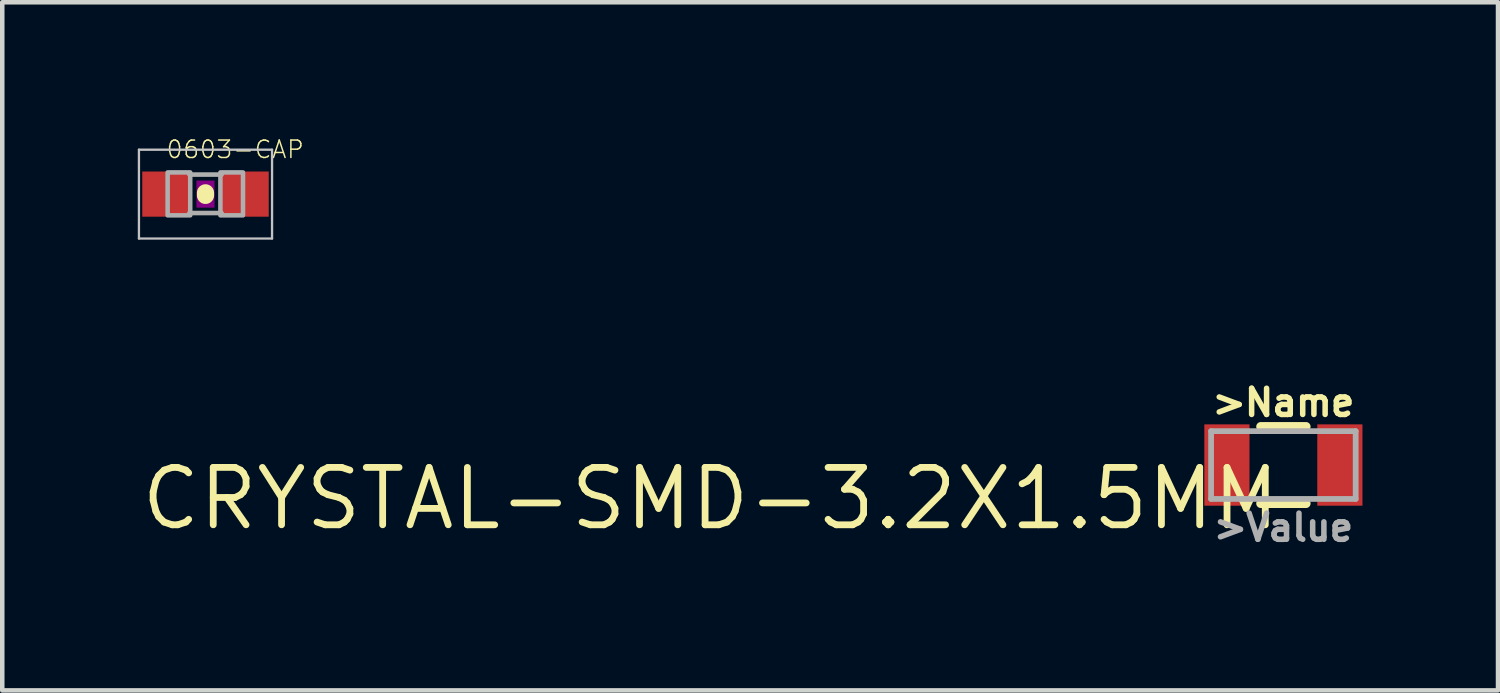
<source format=kicad_pcb>
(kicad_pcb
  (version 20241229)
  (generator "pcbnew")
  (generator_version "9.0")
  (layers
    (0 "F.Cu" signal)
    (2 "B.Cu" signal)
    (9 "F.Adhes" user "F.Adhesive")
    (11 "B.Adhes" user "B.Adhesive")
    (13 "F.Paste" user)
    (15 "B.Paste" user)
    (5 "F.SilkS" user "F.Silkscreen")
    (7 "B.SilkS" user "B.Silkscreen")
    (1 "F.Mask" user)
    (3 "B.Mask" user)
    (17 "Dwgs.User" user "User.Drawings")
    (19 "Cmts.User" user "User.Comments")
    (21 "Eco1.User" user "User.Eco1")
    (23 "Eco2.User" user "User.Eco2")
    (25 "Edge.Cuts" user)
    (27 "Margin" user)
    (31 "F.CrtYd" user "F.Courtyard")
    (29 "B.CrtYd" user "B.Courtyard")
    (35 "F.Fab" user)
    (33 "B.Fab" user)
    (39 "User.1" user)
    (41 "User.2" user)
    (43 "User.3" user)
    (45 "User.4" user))
  (footprint "0603-CAP"
    (layer "F.Cu")
    (at 1.498 1.246)
    (property "Reference" "0603-CAP" (at -0.889 -0.762 0) (layer "F.SilkS") (effects (font (size 0.386 0.386) (thickness 0.033)) (justify left bottom)))
    (attr through_hole)
    (fp_line (start 0 -0.028) (end 0 0.028) (stroke (width 0.381) (type solid)) (layer "F.SilkS"))
    (fp_poly (pts (xy -0.2 0.3) (xy 0.2 0.3) (xy 0.2 -0.3) (xy -0.2 -0.3)) (stroke (width 0) (type solid)) (fill yes) (layer "F.Adhes"))
    (fp_line (start -1.473 -0.983) (end 1.473 -0.983) (stroke (width 0.051) (type solid)) (layer "Dwgs.User"))
    (fp_line (start -1.473 0.983) (end -1.473 -0.983) (stroke (width 0.051) (type solid)) (layer "Dwgs.User"))
    (fp_line (start 1.473 -0.983) (end 1.473 0.983) (stroke (width 0.051) (type solid)) (layer "Dwgs.User"))
    (fp_line (start 1.473 0.983) (end -1.473 0.983) (stroke (width 0.051) (type solid)) (layer "Dwgs.User"))
    (fp_line (start -0.356 -0.432) (end 0.356 -0.432) (stroke (width 0.102) (type solid)) (layer "F.Fab"))
    (fp_line (start -0.356 0.419) (end 0.356 0.419) (stroke (width 0.102) (type solid)) (layer "F.Fab"))
    (fp_poly (pts (xy -0.838 0.47) (xy -0.338 0.47) (xy -0.338 -0.48) (xy -0.838 -0.48)) (stroke (width 0.1) (type solid)) (fill no) (layer "F.Fab"))
    (fp_poly (pts (xy 0.33 0.47) (xy 0.83 0.47) (xy 0.83 -0.48) (xy 0.33 -0.48)) (stroke (width 0.1) (type solid)) (fill no) (layer "F.Fab"))
    (pad "1" smd rect (at -0.85 0) (size 1.1 1) (layers "F.Cu" "F.Mask" "F.Paste"))
    (pad "2" smd rect (at 0.85 0) (size 1.1 1) (layers "F.Cu" "F.Mask" "F.Paste")))
  (footprint "CRYSTAL-SMD-3.2X1.5MM"
    (layer "F.Cu")
    (at 25.354 7.242)
    (property "Reference" "CRYSTAL-SMD-3.2X1.5MM" (at 0 0 0) (layer "F.SilkS") (effects (font (size 1.27 1.27) (thickness 0.15)) (justify right top)))
    (attr through_hole)
    (fp_line (start -0.5 -0.85) (end 0.5 -0.85) (stroke (width 0.203) (type solid)) (layer "F.SilkS"))
    (fp_line (start 0.5 0.85) (end -0.5 0.85) (stroke (width 0.203) (type solid)) (layer "F.SilkS"))
    (fp_line (start -1.6 -0.75) (end 1.6 -0.75) (stroke (width 0.127) (type solid)) (layer "F.Fab"))
    (fp_line (start -1.6 0.75) (end -1.6 -0.75) (stroke (width 0.127) (type solid)) (layer "F.Fab"))
    (fp_line (start 1.6 -0.75) (end 1.6 0.75) (stroke (width 0.127) (type solid)) (layer "F.Fab"))
    (fp_line (start 1.6 0.75) (end -1.6 0.75) (stroke (width 0.127) (type solid)) (layer "F.Fab"))
    (fp_text user ">Name" (at 0 -1.043 0) (layer "F.SilkS") (effects (font (size 0.579 0.579) (thickness 0.122)) (justify bottom)))
    (fp_text user ">Value" (at 0 1.043 0) (layer "F.Fab") (effects (font (size 0.579 0.579) (thickness 0.122)) (justify top)))
    (pad "P$1" smd rect (at -1.25 0) (size 1 1.8) (layers "F.Cu" "F.Mask" "F.Paste"))
    (pad "P$2" smd rect (at 1.25 0) (size 1 1.8) (layers "F.Cu" "F.Mask" "F.Paste")))
  (gr_rect
    (start -3 -3)
    (end 30.104 12.23)
    (stroke (width 0.1) (type default))
    (fill no)
    (layer "Edge.Cuts")))
</source>
